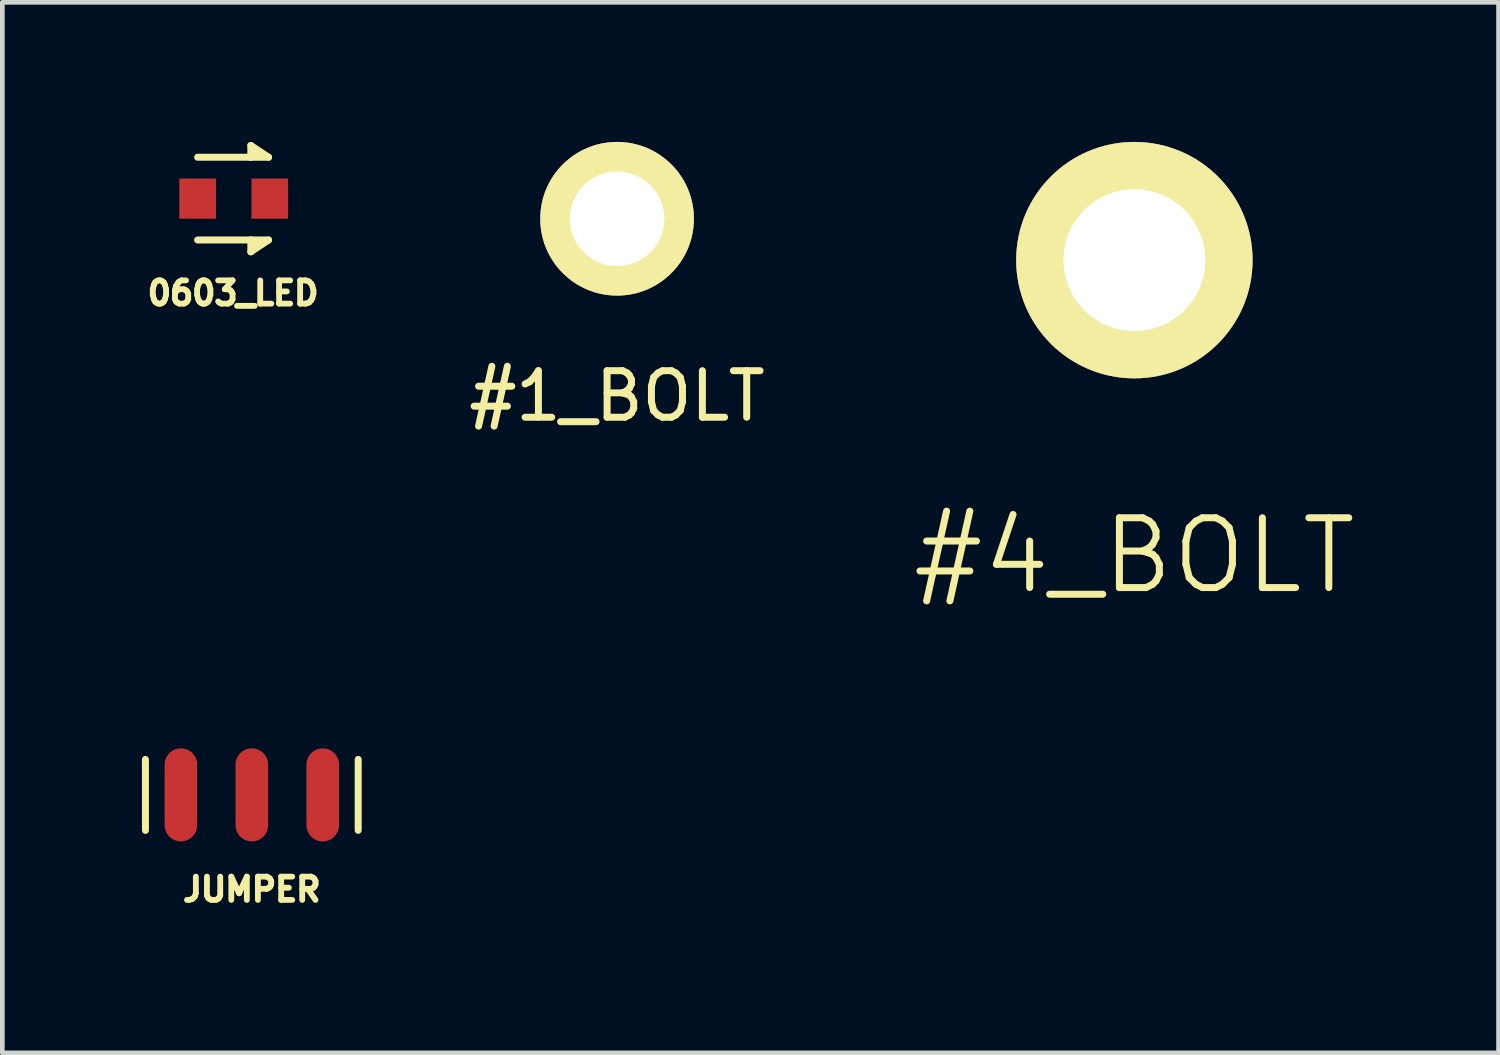
<source format=kicad_pcb>
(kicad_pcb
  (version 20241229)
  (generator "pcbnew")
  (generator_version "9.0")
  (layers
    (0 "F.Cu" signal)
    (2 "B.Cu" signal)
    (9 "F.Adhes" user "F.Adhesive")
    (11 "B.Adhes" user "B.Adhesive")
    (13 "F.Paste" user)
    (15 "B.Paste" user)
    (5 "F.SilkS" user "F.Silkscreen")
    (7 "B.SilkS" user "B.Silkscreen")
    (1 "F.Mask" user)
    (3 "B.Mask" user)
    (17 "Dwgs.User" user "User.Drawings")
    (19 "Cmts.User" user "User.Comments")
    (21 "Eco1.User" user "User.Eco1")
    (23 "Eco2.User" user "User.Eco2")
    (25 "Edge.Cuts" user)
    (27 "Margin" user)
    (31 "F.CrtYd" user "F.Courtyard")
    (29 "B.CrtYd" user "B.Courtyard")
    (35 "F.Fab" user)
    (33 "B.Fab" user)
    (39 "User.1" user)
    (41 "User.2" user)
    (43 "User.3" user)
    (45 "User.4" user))
  (footprint "#1_BOLT"
    (layer "F.Cu")
    (at 10.21 1.651)
    (property "Reference" "#1_BOLT" (at 0 3.81 0) (layer "F.SilkS") (effects (font (size 1 1) (thickness 0.15))))
    (attr through_hole)
    (pad "" np_thru_hole circle (at 0 0) (size 3.302 3.302) (drill 2.032) (layers "*.Cu" "*.Mask" "F.SilkS")))
  (footprint "JUMPER"
    (layer "F.Cu")
    (at 2.361 14.031)
    (property "Reference" "JUMPER" (at 0 2.032 0) (layer "F.SilkS") (effects (font (size 0.5 0.5) (thickness 0.125))))
    (attr through_hole)
    (fp_line (start -2.286 -0.762) (end -2.286 0.762) (stroke (width 0.15) (type solid)) (layer "F.SilkS"))
    (fp_line (start 2.286 0.762) (end 2.286 -0.762) (stroke (width 0.15) (type solid)) (layer "F.SilkS"))
    (pad "1" smd oval (at -1.524 0) (size 0.7 2) (layers "F.Cu" "F.Mask" "F.Paste"))
    (pad "2" smd oval (at 0 0) (size 0.7 2) (layers "F.Cu" "F.Mask" "F.Paste"))
    (pad "3" smd oval (at 1.524 0) (size 0.7 2) (layers "F.Cu" "F.Mask" "F.Paste")))
  (footprint "#4_BOLT"
    (layer "F.Cu")
    (at 21.326 2.54)
    (property "Reference" "#4_BOLT" (at 0 6.35 0) (layer "F.SilkS") (effects (font (size 1.5 1.5) (thickness 0.15))))
    (attr through_hole)
    (pad "" np_thru_hole circle (at 0 0) (size 5.08 5.08) (drill 3.048) (layers "*.Cu" "*.Mask" "F.SilkS")))
  (footprint "0603_LED"
    (layer "F.Cu")
    (at 1.959 1.218)
    (property "Reference" "0603_LED" (at 0 2.032 0) (layer "F.SilkS") (effects (font (size 0.5 0.5) (thickness 0.125))))
    (attr through_hole)
    (fp_line (start -0.762 -0.889) (end 0.762 -0.889) (stroke (width 0.15) (type solid)) (layer "F.SilkS"))
    (fp_line (start -0.762 0.889) (end 0.762 0.889) (stroke (width 0.15) (type solid)) (layer "F.SilkS"))
    (fp_line (start 0.381 -1.143) (end 0.381 -0.889) (stroke (width 0.15) (type solid)) (layer "F.SilkS"))
    (fp_line (start 0.381 -0.889) (end 0.508 -1.016) (stroke (width 0.15) (type solid)) (layer "F.SilkS"))
    (fp_line (start 0.381 0.889) (end 0.508 1.016) (stroke (width 0.15) (type solid)) (layer "F.SilkS"))
    (fp_line (start 0.381 1.143) (end 0.381 0.889) (stroke (width 0.15) (type solid)) (layer "F.SilkS"))
    (fp_line (start 0.762 -0.889) (end 0.381 -1.143) (stroke (width 0.15) (type solid)) (layer "F.SilkS"))
    (fp_line (start 0.762 0.889) (end 0.381 1.143) (stroke (width 0.15) (type solid)) (layer "F.SilkS"))
    (pad "1" smd rect (at -0.762 0) (size 0.787 0.864) (layers "F.Cu" "F.Mask" "F.Paste"))
    (pad "2" smd rect (at 0.788 0) (size 0.787 0.864) (layers "F.Cu" "F.Mask" "F.Paste")))
  (gr_rect
    (start -3 -3)
    (end 29.151 19.575)
    (stroke (width 0.1) (type default))
    (fill no)
    (layer "Edge.Cuts")))
</source>
